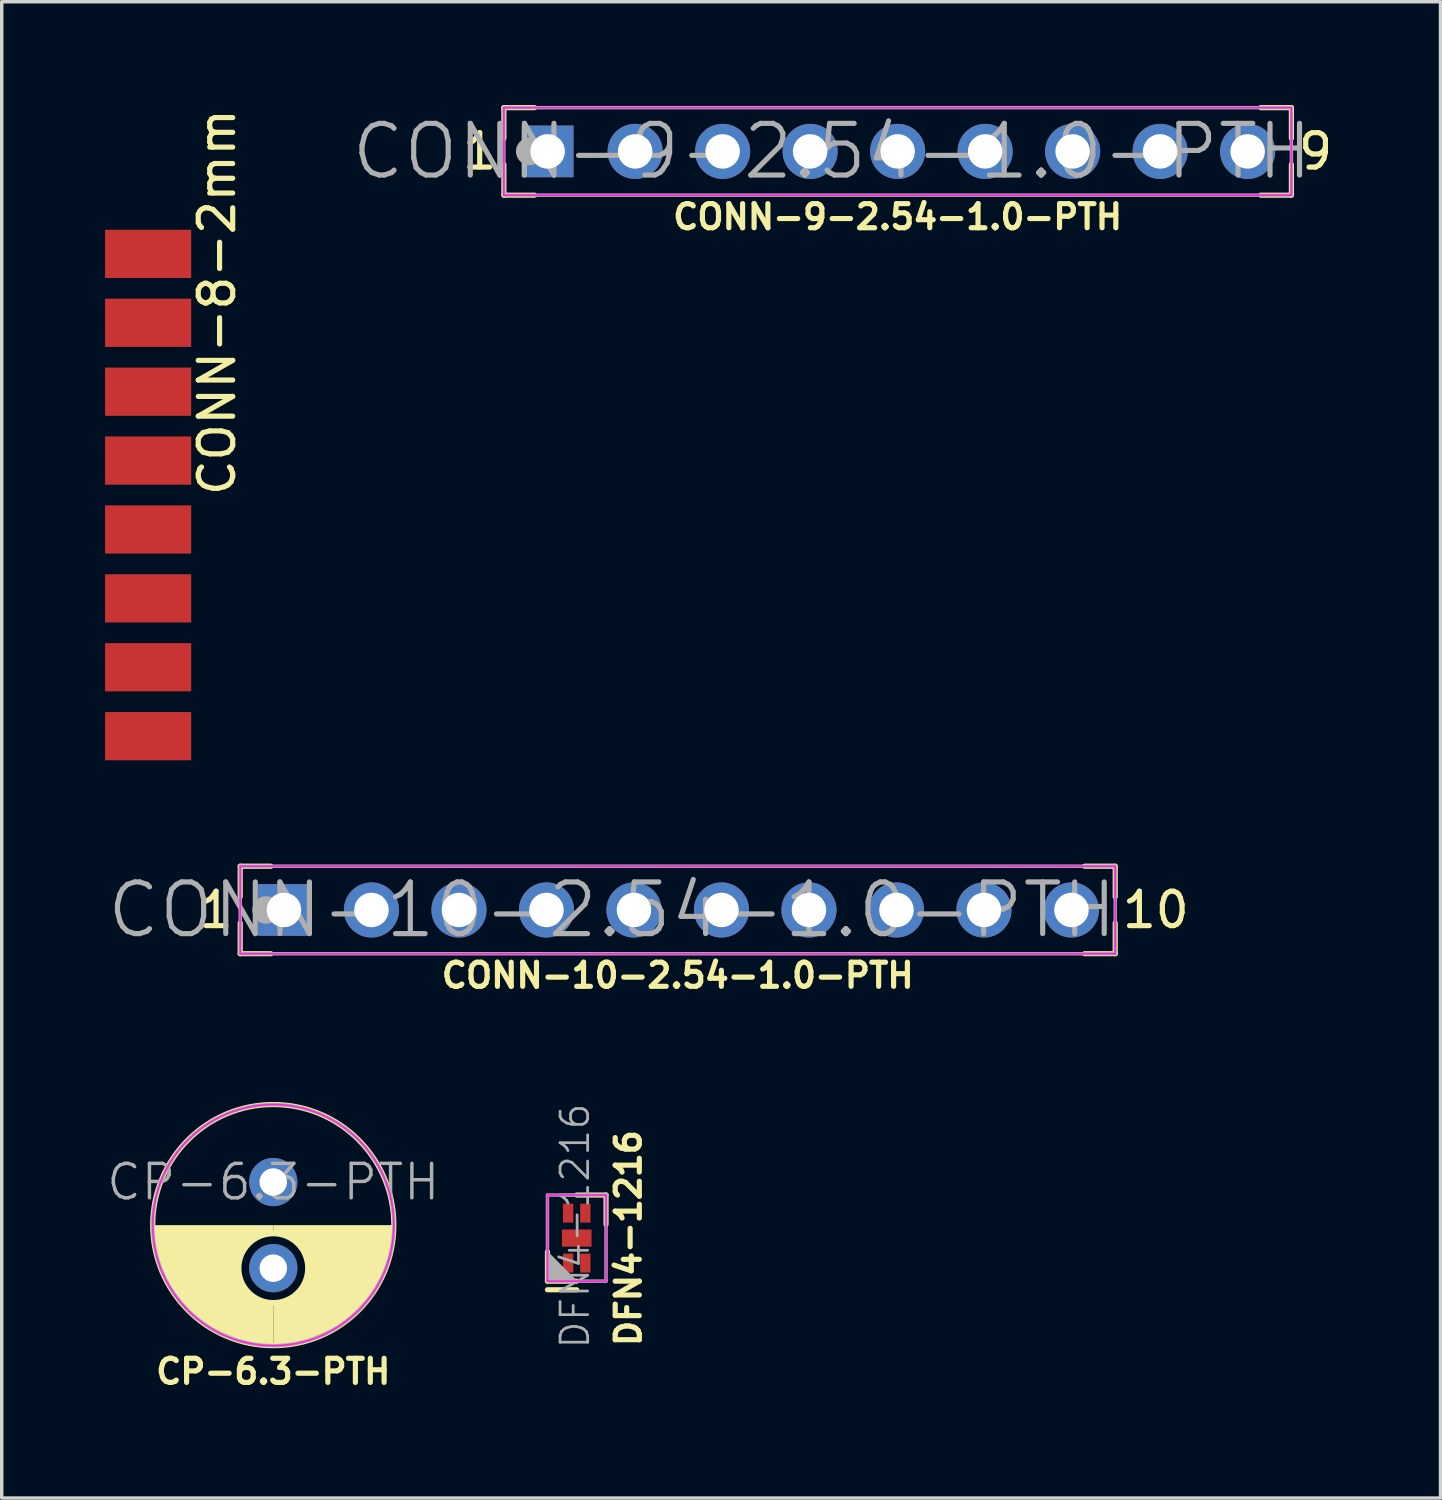
<source format=kicad_pcb>
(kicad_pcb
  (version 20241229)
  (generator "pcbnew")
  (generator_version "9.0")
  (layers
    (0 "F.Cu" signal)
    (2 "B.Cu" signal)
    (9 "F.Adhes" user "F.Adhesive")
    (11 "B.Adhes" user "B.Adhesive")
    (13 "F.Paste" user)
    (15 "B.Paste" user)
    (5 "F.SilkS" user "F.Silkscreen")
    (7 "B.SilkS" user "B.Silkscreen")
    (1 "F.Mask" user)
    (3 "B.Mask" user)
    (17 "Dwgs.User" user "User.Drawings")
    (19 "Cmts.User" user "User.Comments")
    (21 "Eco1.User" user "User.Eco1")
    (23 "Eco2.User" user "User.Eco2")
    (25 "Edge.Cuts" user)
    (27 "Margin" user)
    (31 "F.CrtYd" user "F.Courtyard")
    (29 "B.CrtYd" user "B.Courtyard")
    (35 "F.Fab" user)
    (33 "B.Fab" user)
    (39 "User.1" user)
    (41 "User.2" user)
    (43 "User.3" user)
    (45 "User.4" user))
  (footprint "CONN-10-2.54-1.0-PTH"
    (layer "F.Cu")
    (at 16.623 23.365)
    (property "Reference" "CONN-10-2.54-1.0-PTH" (at 0 1.9 0) (layer "F.SilkS") (effects (font (size 0.7 0.7) (thickness 0.15))))
    (attr through_hole)
    (fp_line (start -12.7 -1.27) (end -11.811 -1.27) (stroke (width 0.15) (type solid)) (layer "F.SilkS"))
    (fp_line (start -12.7 -0.381) (end -12.7 -1.27) (stroke (width 0.15) (type solid)) (layer "F.SilkS"))
    (fp_line (start -12.7 1.27) (end -12.7 0.381) (stroke (width 0.15) (type solid)) (layer "F.SilkS"))
    (fp_line (start -11.811 1.27) (end -12.7 1.27) (stroke (width 0.15) (type solid)) (layer "F.SilkS"))
    (fp_line (start 12.7 -1.27) (end 11.811 -1.27) (stroke (width 0.15) (type solid)) (layer "F.SilkS"))
    (fp_line (start 12.7 -0.381) (end 12.7 -1.27) (stroke (width 0.15) (type solid)) (layer "F.SilkS"))
    (fp_line (start 12.7 0.381) (end 12.7 1.27) (stroke (width 0.15) (type solid)) (layer "F.SilkS"))
    (fp_line (start 12.7 1.27) (end 11.811 1.27) (stroke (width 0.15) (type solid)) (layer "F.SilkS"))
    (fp_line (start -12.7 -1.27) (end 12.7 -1.27) (stroke (width 0.05) (type solid)) (layer "F.CrtYd"))
    (fp_line (start -12.7 1.27) (end -12.7 -1.27) (stroke (width 0.05) (type solid)) (layer "F.CrtYd"))
    (fp_line (start 12.7 -1.27) (end 12.7 1.27) (stroke (width 0.05) (type solid)) (layer "F.CrtYd"))
    (fp_line (start 12.7 1.27) (end -12.7 1.27) (stroke (width 0.05) (type solid)) (layer "F.CrtYd"))
    (fp_line (start -12.7 -1.27) (end 12.7 -1.27) (stroke (width 0.1) (type solid)) (layer "F.Fab"))
    (fp_line (start -12.7 1.27) (end -12.7 -1.27) (stroke (width 0.1) (type solid)) (layer "F.Fab"))
    (fp_line (start 12.7 -1.27) (end 12.7 1.27) (stroke (width 0.1) (type solid)) (layer "F.Fab"))
    (fp_line (start 12.7 1.27) (end -12.7 1.27) (stroke (width 0.1) (type solid)) (layer "F.Fab"))
    (fp_circle (center -11.95 0) (end -11.75 0) (stroke (width 0.4) (type solid)) (fill no) (layer "F.Fab"))
    (fp_text user "10" (at 12.827 0 0) (layer "F.SilkS") (effects (font (size 1 1) (thickness 0.15)) (justify left)))
    (fp_text user "1" (at -12.827 0 0) (layer "F.SilkS") (effects (font (size 1 1) (thickness 0.15)) (justify right)))
    (fp_text user "${REFERENCE}" (at -1.905 0 0) (layer "F.Fab") (effects (font (size 1.5 1.5) (thickness 0.15))))
    (pad "1" thru_hole rect (at -11.43 0) (size 1.5 1.5) (drill 1) (layers "*.Cu" "*.Mask"))
    (pad "2" thru_hole circle (at -8.89 0) (size 1.6 1.6) (drill 1) (layers "*.Cu" "*.Mask"))
    (pad "3" thru_hole circle (at -6.35 0) (size 1.6 1.6) (drill 1) (layers "*.Cu" "*.Mask"))
    (pad "4" thru_hole circle (at -3.81 0) (size 1.6 1.6) (drill 1) (layers "*.Cu" "*.Mask"))
    (pad "5" thru_hole circle (at -1.27 0) (size 1.6 1.6) (drill 1) (layers "*.Cu" "*.Mask"))
    (pad "6" thru_hole circle (at 1.27 0) (size 1.6 1.6) (drill 1) (layers "*.Cu" "*.Mask"))
    (pad "7" thru_hole circle (at 3.81 0) (size 1.6 1.6) (drill 1) (layers "*.Cu" "*.Mask"))
    (pad "8" thru_hole circle (at 6.35 0) (size 1.6 1.6) (drill 1) (layers "*.Cu" "*.Mask"))
    (pad "9" thru_hole circle (at 8.89 0) (size 1.6 1.6) (drill 1) (layers "*.Cu" "*.Mask"))
    (pad "10" thru_hole circle (at 11.43 0) (size 1.6 1.6) (drill 1) (layers "*.Cu" "*.Mask")))
  (footprint "CP-6.3-PTH"
    (layer "F.Cu")
    (at 4.883 32.513)
    (property "Reference" "CP-6.3-PTH" (at 0 4.25 0) (layer "F.SilkS") (effects (font (size 0.7 0.7) (thickness 0.15))))
    (attr through_hole)
    (fp_circle (center 0 0) (end 3.5 0) (stroke (width 0.15) (type solid)) (fill no) (layer "F.SilkS"))
    (fp_circle (center 0 1.25) (end 1 1.25) (stroke (width 0.15) (type solid)) (fill no) (layer "F.SilkS"))
    (fp_poly (pts (xy 0 0) (xy -3.5 0) (xy -3.5 0.5) (xy -3.25 1.25) (xy -2.75 2.25) (xy -2.25 2.75) (xy -1.75 3) (xy -0.5 3.5) (xy 0 3.5) (xy 0 2.25) (xy -0.75 2) (xy -1 1.5) (xy -1 1) (xy -0.75 0.5) (xy -0.25 0.25) (xy 0 0.25)) (stroke (width 0.001) (type solid)) (fill yes) (layer "F.SilkS"))
    (fp_poly (pts (xy 0 0) (xy 3.5 0) (xy 3.5 0.5) (xy 3.25 1.25) (xy 2.75 2.25) (xy 2.25 2.75) (xy 1.75 3) (xy 0.5 3.5) (xy 0 3.5) (xy 0 2.25) (xy 0.75 2) (xy 1 1.5) (xy 1 1) (xy 0.75 0.5) (xy 0.25 0.25) (xy 0 0.25)) (stroke (width 0.001) (type solid)) (fill yes) (layer "F.SilkS"))
    (fp_circle (center 0 0) (end 3.5 0) (stroke (width 0.05) (type solid)) (fill no) (layer "F.CrtYd"))
    (fp_circle (center 0 0) (end 3.5 0) (stroke (width 0.1) (type solid)) (fill no) (layer "F.Fab"))
    (fp_poly (pts (xy 0 0) (xy -3.5 0) (xy -3.5 0.5) (xy -3.25 1.25) (xy -3 1.75) (xy -2.5 2.5) (xy -1.75 3) (xy -1.25 3.25) (xy -0.5 3.5) (xy 0 3.5)) (stroke (width 0.001) (type solid)) (fill no) (layer "F.Fab"))
    (fp_poly (pts (xy 0 0) (xy 3.5 0) (xy 3.5 0.5) (xy 3.25 1.25) (xy 3 1.75) (xy 2.5 2.5) (xy 1.75 3) (xy 1.25 3.25) (xy 0.5 3.5) (xy 0 3.5)) (stroke (width 0.001) (type solid)) (fill no) (layer "F.Fab"))
    (fp_text user "${REFERENCE}" (at 0 -1.25 0) (layer "F.Fab") (effects (font (size 1 1) (thickness 0.1))))
    (pad "+" thru_hole circle (at 0 -1.25) (size 1.4 1.4) (drill 0.8) (layers "*.Cu" "*.Mask"))
    (pad "-" thru_hole circle (at 0 1.25) (size 1.4 1.4) (drill 0.8) (layers "*.Cu" "*.Mask")))
  (footprint "CONN-8-2mm"
    (layer "F.Cu")
    (at 1.25 11.32)
    (property "Reference" "CONN-8-2mm" (at 2 -5.6 270) (layer "F.SilkS") (effects (font (size 1 1) (thickness 0.15))))
    (attr through_hole)
    (pad "1" smd rect (at 0 -7) (size 2.5 1.4) (layers "F.Cu" "F.Mask" "F.Paste"))
    (pad "2" smd rect (at 0 -5) (size 2.5 1.4) (layers "F.Cu" "F.Mask" "F.Paste"))
    (pad "3" smd rect (at 0 -3) (size 2.5 1.4) (layers "F.Cu" "F.Mask" "F.Paste"))
    (pad "4" smd rect (at 0 -1) (size 2.5 1.4) (layers "F.Cu" "F.Mask" "F.Paste"))
    (pad "5" smd rect (at 0 1) (size 2.5 1.4) (layers "F.Cu" "F.Mask" "F.Paste"))
    (pad "6" smd rect (at 0 3) (size 2.5 1.4) (layers "F.Cu" "F.Mask" "F.Paste"))
    (pad "7" smd rect (at 0 5) (size 2.5 1.4) (layers "F.Cu" "F.Mask" "F.Paste"))
    (pad "8" smd rect (at 0 7) (size 2.5 1.4) (layers "F.Cu" "F.Mask" "F.Paste")))
  (footprint "CONN-9-2.54-1.0-PTH"
    (layer "F.Cu")
    (at 23.007 1.345)
    (property "Reference" "CONN-9-2.54-1.0-PTH" (at 0 1.9 0) (layer "F.SilkS") (effects (font (size 0.7 0.7) (thickness 0.15))))
    (attr through_hole)
    (fp_line (start -11.43 -1.27) (end -10.541 -1.27) (stroke (width 0.15) (type solid)) (layer "F.SilkS"))
    (fp_line (start -11.43 -0.381) (end -11.43 -1.27) (stroke (width 0.15) (type solid)) (layer "F.SilkS"))
    (fp_line (start -11.43 1.27) (end -11.43 0.381) (stroke (width 0.15) (type solid)) (layer "F.SilkS"))
    (fp_line (start -10.541 1.27) (end -11.43 1.27) (stroke (width 0.15) (type solid)) (layer "F.SilkS"))
    (fp_line (start 11.43 -1.27) (end 10.541 -1.27) (stroke (width 0.15) (type solid)) (layer "F.SilkS"))
    (fp_line (start 11.43 -0.381) (end 11.43 -1.27) (stroke (width 0.15) (type solid)) (layer "F.SilkS"))
    (fp_line (start 11.43 0.381) (end 11.43 1.27) (stroke (width 0.15) (type solid)) (layer "F.SilkS"))
    (fp_line (start 11.43 1.27) (end 10.541 1.27) (stroke (width 0.15) (type solid)) (layer "F.SilkS"))
    (fp_line (start -11.43 -1.27) (end 11.43 -1.27) (stroke (width 0.05) (type solid)) (layer "F.CrtYd"))
    (fp_line (start -11.43 1.27) (end -11.43 -1.27) (stroke (width 0.05) (type solid)) (layer "F.CrtYd"))
    (fp_line (start 11.43 -1.27) (end 11.43 1.27) (stroke (width 0.05) (type solid)) (layer "F.CrtYd"))
    (fp_line (start 11.43 1.27) (end -11.43 1.27) (stroke (width 0.05) (type solid)) (layer "F.CrtYd"))
    (fp_line (start -11.43 -1.27) (end 11.43 -1.27) (stroke (width 0.1) (type solid)) (layer "F.Fab"))
    (fp_line (start -11.43 1.27) (end -11.43 -1.27) (stroke (width 0.1) (type solid)) (layer "F.Fab"))
    (fp_line (start 11.43 -1.27) (end 11.43 1.27) (stroke (width 0.1) (type solid)) (layer "F.Fab"))
    (fp_line (start 11.43 1.27) (end -11.43 1.27) (stroke (width 0.1) (type solid)) (layer "F.Fab"))
    (fp_circle (center -10.68 0) (end -10.48 0) (stroke (width 0.4) (type solid)) (fill no) (layer "F.Fab"))
    (fp_text user "9" (at 11.557 0 0) (layer "F.SilkS") (effects (font (size 1 1) (thickness 0.15)) (justify left)))
    (fp_text user "1" (at -11.557 0 0) (layer "F.SilkS") (effects (font (size 1 1) (thickness 0.15)) (justify right)))
    (fp_text user "${REFERENCE}" (at -1.905 0 0) (layer "F.Fab") (effects (font (size 1.5 1.5) (thickness 0.15))))
    (pad "1" thru_hole rect (at -10.16 0) (size 1.5 1.5) (drill 1) (layers "*.Cu" "*.Mask"))
    (pad "2" thru_hole circle (at -7.62 0) (size 1.6 1.6) (drill 1) (layers "*.Cu" "*.Mask"))
    (pad "3" thru_hole circle (at -5.08 0) (size 1.6 1.6) (drill 1) (layers "*.Cu" "*.Mask"))
    (pad "4" thru_hole circle (at -2.54 0) (size 1.6 1.6) (drill 1) (layers "*.Cu" "*.Mask"))
    (pad "5" thru_hole circle (at 0 0) (size 1.6 1.6) (drill 1) (layers "*.Cu" "*.Mask"))
    (pad "6" thru_hole circle (at 2.54 0) (size 1.6 1.6) (drill 1) (layers "*.Cu" "*.Mask"))
    (pad "7" thru_hole circle (at 5.08 0) (size 1.6 1.6) (drill 1) (layers "*.Cu" "*.Mask"))
    (pad "8" thru_hole circle (at 7.62 0) (size 1.6 1.6) (drill 1) (layers "*.Cu" "*.Mask"))
    (pad "9" thru_hole circle (at 10.16 0) (size 1.6 1.6) (drill 1) (layers "*.Cu" "*.Mask")))
  (footprint "DFN4-1216"
    (layer "F.Cu")
    (at 13.692 32.89)
    (property "Reference" "DFN4-1216" (at 1.5 0 90) (layer "F.SilkS") (effects (font (size 0.7 0.7) (thickness 0.15))))
    (attr through_hole)
    (fp_line (start -0.85 1.25) (end -0.85 0.4) (stroke (width 0.15) (type solid)) (layer "F.SilkS"))
    (fp_line (start -0.85 1.25) (end 0 1.25) (stroke (width 0.15) (type solid)) (layer "F.SilkS"))
    (fp_line (start -0.85 1.5) (end 0 1.5) (stroke (width 0.15) (type solid)) (layer "F.SilkS"))
    (fp_line (start 0 -1.25) (end 0.85 -1.25) (stroke (width 0.15) (type solid)) (layer "F.SilkS"))
    (fp_line (start 0.85 -1.25) (end 0.85 -0.4) (stroke (width 0.15) (type solid)) (layer "F.SilkS"))
    (fp_line (start -0.85 -1.25) (end 0.85 -1.25) (stroke (width 0.05) (type solid)) (layer "F.CrtYd"))
    (fp_line (start -0.85 1.25) (end -0.85 -1.25) (stroke (width 0.05) (type solid)) (layer "F.CrtYd"))
    (fp_line (start 0.85 -1.25) (end 0.85 1.25) (stroke (width 0.05) (type solid)) (layer "F.CrtYd"))
    (fp_line (start 0.85 1.25) (end -0.85 1.25) (stroke (width 0.05) (type solid)) (layer "F.CrtYd"))
    (fp_line (start -0.85 -1.25) (end 0.85 -1.25) (stroke (width 0.1) (type solid)) (layer "F.Fab"))
    (fp_line (start -0.85 0.45) (end -0.05 1.25) (stroke (width 0.1) (type solid)) (layer "F.Fab"))
    (fp_line (start -0.85 0.65) (end -0.25 1.25) (stroke (width 0.1) (type solid)) (layer "F.Fab"))
    (fp_line (start -0.85 0.85) (end -0.45 1.25) (stroke (width 0.1) (type solid)) (layer "F.Fab"))
    (fp_line (start -0.85 1.05) (end -0.65 1.25) (stroke (width 0.1) (type solid)) (layer "F.Fab"))
    (fp_line (start -0.85 1.25) (end -0.85 -1.25) (stroke (width 0.1) (type solid)) (layer "F.Fab"))
    (fp_line (start -0.75 1.25) (end -0.85 1.15) (stroke (width 0.1) (type solid)) (layer "F.Fab"))
    (fp_line (start -0.55 1.25) (end -0.85 0.95) (stroke (width 0.1) (type solid)) (layer "F.Fab"))
    (fp_line (start -0.35 1.25) (end -0.85 0.75) (stroke (width 0.1) (type solid)) (layer "F.Fab"))
    (fp_line (start -0.15 1.25) (end -0.85 0.55) (stroke (width 0.1) (type solid)) (layer "F.Fab"))
    (fp_line (start 0.85 -1.25) (end 0.85 1.25) (stroke (width 0.1) (type solid)) (layer "F.Fab"))
    (fp_line (start 0.85 1.25) (end -0.85 1.25) (stroke (width 0.1) (type solid)) (layer "F.Fab"))
    (fp_text user "${REFERENCE}" (at -0.05 -0.35 90) (layer "F.Fab") (effects (font (size 0.8 0.8) (thickness 0.08))))
    (pad "1" smd rect (at -0.25 0.725) (size 0.3 0.55) (layers "F.Cu" "F.Mask" "F.Paste"))
    (pad "2" smd rect (at 0.25 0.725) (size 0.3 0.55) (layers "F.Cu" "F.Mask" "F.Paste"))
    (pad "3" smd rect (at 0.25 -0.725) (size 0.3 0.55) (layers "F.Cu" "F.Mask" "F.Paste"))
    (pad "4" smd rect (at -0.25 -0.725) (size 0.3 0.55) (layers "F.Cu" "F.Mask" "F.Paste"))
    (pad "PAD" smd rect (at 0 0) (size 0.86 0.5) (layers "F.Cu" "F.Mask" "F.Paste")))
  (gr_rect
    (start -3 -3)
    (end 38.766 40.436)
    (stroke (width 0.1) (type default))
    (fill no)
    (layer "Edge.Cuts")))
</source>
